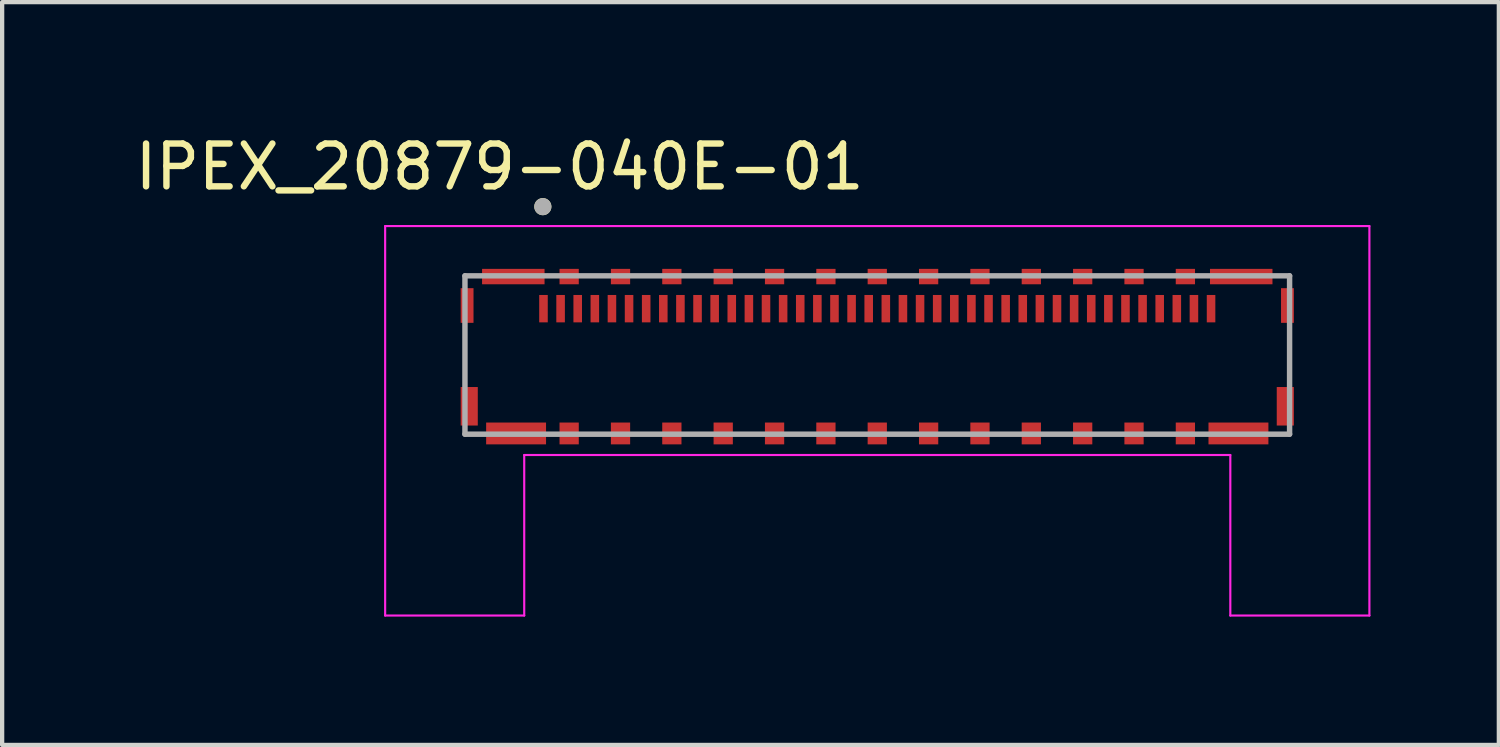
<source format=kicad_pcb>
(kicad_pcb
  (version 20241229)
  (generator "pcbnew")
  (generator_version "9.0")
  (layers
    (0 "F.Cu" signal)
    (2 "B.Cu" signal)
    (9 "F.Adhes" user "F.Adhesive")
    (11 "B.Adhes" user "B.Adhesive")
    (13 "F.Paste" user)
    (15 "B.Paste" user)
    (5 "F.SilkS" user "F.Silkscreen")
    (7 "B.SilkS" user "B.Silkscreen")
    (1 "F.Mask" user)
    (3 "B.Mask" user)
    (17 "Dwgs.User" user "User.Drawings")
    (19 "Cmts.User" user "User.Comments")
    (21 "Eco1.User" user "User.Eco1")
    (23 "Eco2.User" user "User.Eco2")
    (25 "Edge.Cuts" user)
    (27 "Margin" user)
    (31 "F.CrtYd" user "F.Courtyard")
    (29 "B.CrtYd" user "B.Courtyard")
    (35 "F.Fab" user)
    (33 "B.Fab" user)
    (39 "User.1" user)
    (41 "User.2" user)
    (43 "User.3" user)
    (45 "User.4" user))
  (footprint "IPEX_20879-040E-01"
    (layer "F.Cu")
    (at 17.45 5.246)
    (property "Reference" "IPEX_20879-040E-01" (at -8.825 -4.397 0) (layer "F.SilkS") (effects (font (size 1 1) (thickness 0.15))))
    (attr smd)
    (fp_circle (center -7.815 -3.467) (end -7.715 -3.467) (stroke (width 0.2) (type solid)) (fill no) (layer "F.SilkS"))
    (fp_line (start -11.5 -3.013) (end 11.5 -3.013) (stroke (width 0.05) (type solid)) (layer "F.CrtYd"))
    (fp_line (start -11.5 6.088) (end -11.5 -3.013) (stroke (width 0.05) (type solid)) (layer "F.CrtYd"))
    (fp_line (start -8.25 2.337) (end -8.25 6.088) (stroke (width 0.05) (type solid)) (layer "F.CrtYd"))
    (fp_line (start -8.25 6.088) (end -11.5 6.088) (stroke (width 0.05) (type solid)) (layer "F.CrtYd"))
    (fp_line (start 8.25 2.337) (end -8.25 2.337) (stroke (width 0.05) (type solid)) (layer "F.CrtYd"))
    (fp_line (start 8.25 6.088) (end 8.25 2.337) (stroke (width 0.05) (type solid)) (layer "F.CrtYd"))
    (fp_line (start 11.5 -3.013) (end 11.5 6.088) (stroke (width 0.05) (type solid)) (layer "F.CrtYd"))
    (fp_line (start 11.5 6.088) (end 8.25 6.088) (stroke (width 0.05) (type solid)) (layer "F.CrtYd"))
    (fp_line (start -9.635 -1.85) (end 9.635 -1.85) (stroke (width 0.127) (type solid)) (layer "F.Fab"))
    (fp_line (start -9.635 1.85) (end -9.635 -1.85) (stroke (width 0.127) (type solid)) (layer "F.Fab"))
    (fp_line (start 9.635 -1.85) (end 9.635 1.85) (stroke (width 0.127) (type solid)) (layer "F.Fab"))
    (fp_line (start 9.635 1.85) (end -9.635 1.85) (stroke (width 0.127) (type solid)) (layer "F.Fab"))
    (fp_circle (center -7.815 -3.467) (end -7.715 -3.467) (stroke (width 0.2) (type solid)) (fill no) (layer "F.Fab"))
    (pad "1" smd rect (at -7.8 -1.083) (size 0.2 0.64) (layers "F.Cu" "F.Mask" "F.Paste"))
    (pad "2" smd rect (at -7.4 -1.083) (size 0.2 0.64) (layers "F.Cu" "F.Mask" "F.Paste"))
    (pad "3" smd rect (at -7 -1.083) (size 0.2 0.64) (layers "F.Cu" "F.Mask" "F.Paste"))
    (pad "4" smd rect (at -6.6 -1.083) (size 0.2 0.64) (layers "F.Cu" "F.Mask" "F.Paste"))
    (pad "5" smd rect (at -6.2 -1.083) (size 0.2 0.64) (layers "F.Cu" "F.Mask" "F.Paste"))
    (pad "6" smd rect (at -5.8 -1.083) (size 0.2 0.64) (layers "F.Cu" "F.Mask" "F.Paste"))
    (pad "7" smd rect (at -5.4 -1.083) (size 0.2 0.64) (layers "F.Cu" "F.Mask" "F.Paste"))
    (pad "8" smd rect (at -5 -1.083) (size 0.2 0.64) (layers "F.Cu" "F.Mask" "F.Paste"))
    (pad "9" smd rect (at -4.6 -1.083) (size 0.2 0.64) (layers "F.Cu" "F.Mask" "F.Paste"))
    (pad "10" smd rect (at -4.2 -1.083) (size 0.2 0.64) (layers "F.Cu" "F.Mask" "F.Paste"))
    (pad "11" smd rect (at -3.8 -1.083) (size 0.2 0.64) (layers "F.Cu" "F.Mask" "F.Paste"))
    (pad "12" smd rect (at -3.4 -1.083) (size 0.2 0.64) (layers "F.Cu" "F.Mask" "F.Paste"))
    (pad "13" smd rect (at -3 -1.083) (size 0.2 0.64) (layers "F.Cu" "F.Mask" "F.Paste"))
    (pad "14" smd rect (at -2.6 -1.083) (size 0.2 0.64) (layers "F.Cu" "F.Mask" "F.Paste"))
    (pad "15" smd rect (at -2.2 -1.083) (size 0.2 0.64) (layers "F.Cu" "F.Mask" "F.Paste"))
    (pad "16" smd rect (at -1.8 -1.083) (size 0.2 0.64) (layers "F.Cu" "F.Mask" "F.Paste"))
    (pad "17" smd rect (at -1.4 -1.083) (size 0.2 0.64) (layers "F.Cu" "F.Mask" "F.Paste"))
    (pad "18" smd rect (at -1 -1.083) (size 0.2 0.64) (layers "F.Cu" "F.Mask" "F.Paste"))
    (pad "19" smd rect (at -0.6 -1.083) (size 0.2 0.64) (layers "F.Cu" "F.Mask" "F.Paste"))
    (pad "20" smd rect (at -0.2 -1.083) (size 0.2 0.64) (layers "F.Cu" "F.Mask" "F.Paste"))
    (pad "21" smd rect (at 0.2 -1.083) (size 0.2 0.64) (layers "F.Cu" "F.Mask" "F.Paste"))
    (pad "22" smd rect (at 0.6 -1.083) (size 0.2 0.64) (layers "F.Cu" "F.Mask" "F.Paste"))
    (pad "23" smd rect (at 1 -1.083) (size 0.2 0.64) (layers "F.Cu" "F.Mask" "F.Paste"))
    (pad "24" smd rect (at 1.4 -1.083) (size 0.2 0.64) (layers "F.Cu" "F.Mask" "F.Paste"))
    (pad "25" smd rect (at 1.8 -1.083) (size 0.2 0.64) (layers "F.Cu" "F.Mask" "F.Paste"))
    (pad "26" smd rect (at 2.2 -1.083) (size 0.2 0.64) (layers "F.Cu" "F.Mask" "F.Paste"))
    (pad "27" smd rect (at 2.6 -1.083) (size 0.2 0.64) (layers "F.Cu" "F.Mask" "F.Paste"))
    (pad "28" smd rect (at 3 -1.083) (size 0.2 0.64) (layers "F.Cu" "F.Mask" "F.Paste"))
    (pad "29" smd rect (at 3.4 -1.083) (size 0.2 0.64) (layers "F.Cu" "F.Mask" "F.Paste"))
    (pad "30" smd rect (at 3.8 -1.083) (size 0.2 0.64) (layers "F.Cu" "F.Mask" "F.Paste"))
    (pad "31" smd rect (at 4.2 -1.083) (size 0.2 0.64) (layers "F.Cu" "F.Mask" "F.Paste"))
    (pad "32" smd rect (at 4.6 -1.083) (size 0.2 0.64) (layers "F.Cu" "F.Mask" "F.Paste"))
    (pad "33" smd rect (at 5 -1.083) (size 0.2 0.64) (layers "F.Cu" "F.Mask" "F.Paste"))
    (pad "34" smd rect (at 5.4 -1.083) (size 0.2 0.64) (layers "F.Cu" "F.Mask" "F.Paste"))
    (pad "35" smd rect (at 5.8 -1.083) (size 0.2 0.64) (layers "F.Cu" "F.Mask" "F.Paste"))
    (pad "36" smd rect (at 6.2 -1.083) (size 0.2 0.64) (layers "F.Cu" "F.Mask" "F.Paste"))
    (pad "37" smd rect (at 6.6 -1.083) (size 0.2 0.64) (layers "F.Cu" "F.Mask" "F.Paste"))
    (pad "38" smd rect (at 7 -1.083) (size 0.2 0.64) (layers "F.Cu" "F.Mask" "F.Paste"))
    (pad "39" smd rect (at 7.4 -1.083) (size 0.2 0.64) (layers "F.Cu" "F.Mask" "F.Paste"))
    (pad "40" smd rect (at 7.8 -1.083) (size 0.2 0.64) (layers "F.Cu" "F.Mask" "F.Paste"))
    (pad "S1" smd rect (at -8.505 -1.833) (size 1.46 0.36) (layers "F.Cu" "F.Mask" "F.Paste"))
    (pad "S2" smd rect (at -7.2 -1.833) (size 0.45 0.36) (layers "F.Cu" "F.Mask" "F.Paste"))
    (pad "S3" smd rect (at -6 -1.833) (size 0.45 0.36) (layers "F.Cu" "F.Mask" "F.Paste"))
    (pad "S4" smd rect (at -4.8 -1.833) (size 0.45 0.36) (layers "F.Cu" "F.Mask" "F.Paste"))
    (pad "S5" smd rect (at -3.6 -1.833) (size 0.45 0.36) (layers "F.Cu" "F.Mask" "F.Paste"))
    (pad "S6" smd rect (at -2.4 -1.833) (size 0.45 0.36) (layers "F.Cu" "F.Mask" "F.Paste"))
    (pad "S7" smd rect (at -1.2 -1.833) (size 0.45 0.36) (layers "F.Cu" "F.Mask" "F.Paste"))
    (pad "S8" smd rect (at 0 -1.833) (size 0.45 0.36) (layers "F.Cu" "F.Mask" "F.Paste"))
    (pad "S9" smd rect (at 1.2 -1.833) (size 0.45 0.36) (layers "F.Cu" "F.Mask" "F.Paste"))
    (pad "S10" smd rect (at 2.4 -1.833) (size 0.45 0.36) (layers "F.Cu" "F.Mask" "F.Paste"))
    (pad "S11" smd rect (at 3.6 -1.833) (size 0.45 0.36) (layers "F.Cu" "F.Mask" "F.Paste"))
    (pad "S12" smd rect (at 4.8 -1.833) (size 0.45 0.36) (layers "F.Cu" "F.Mask" "F.Paste"))
    (pad "S13" smd rect (at 6 -1.833) (size 0.45 0.36) (layers "F.Cu" "F.Mask" "F.Paste"))
    (pad "S14" smd rect (at 7.2 -1.833) (size 0.45 0.36) (layers "F.Cu" "F.Mask" "F.Paste"))
    (pad "S15" smd rect (at 8.505 -1.833) (size 1.46 0.36) (layers "F.Cu" "F.Mask" "F.Paste"))
    (pad "S16" smd rect (at 9.585 -1.157) (size 0.3 0.81) (layers "F.Cu" "F.Mask" "F.Paste"))
    (pad "S17" smd rect (at 9.535 1.198) (size 0.4 0.9) (layers "F.Cu" "F.Mask" "F.Paste"))
    (pad "S18" smd rect (at 8.44 1.833) (size 1.4 0.51) (layers "F.Cu" "F.Mask" "F.Paste"))
    (pad "S19" smd rect (at 7.2 1.833) (size 0.45 0.51) (layers "F.Cu" "F.Mask" "F.Paste"))
    (pad "S20" smd rect (at 6 1.833) (size 0.45 0.51) (layers "F.Cu" "F.Mask" "F.Paste"))
    (pad "S21" smd rect (at 4.8 1.833) (size 0.45 0.51) (layers "F.Cu" "F.Mask" "F.Paste"))
    (pad "S22" smd rect (at 3.6 1.833) (size 0.45 0.51) (layers "F.Cu" "F.Mask" "F.Paste"))
    (pad "S23" smd rect (at 2.4 1.833) (size 0.45 0.51) (layers "F.Cu" "F.Mask" "F.Paste"))
    (pad "S24" smd rect (at 1.2 1.833) (size 0.45 0.51) (layers "F.Cu" "F.Mask" "F.Paste"))
    (pad "S25" smd rect (at 0 1.833) (size 0.45 0.51) (layers "F.Cu" "F.Mask" "F.Paste"))
    (pad "S26" smd rect (at -1.2 1.833) (size 0.45 0.51) (layers "F.Cu" "F.Mask" "F.Paste"))
    (pad "S27" smd rect (at -2.4 1.833) (size 0.45 0.51) (layers "F.Cu" "F.Mask" "F.Paste"))
    (pad "S28" smd rect (at -3.6 1.833) (size 0.45 0.51) (layers "F.Cu" "F.Mask" "F.Paste"))
    (pad "S29" smd rect (at -4.8 1.833) (size 0.45 0.51) (layers "F.Cu" "F.Mask" "F.Paste"))
    (pad "S30" smd rect (at -6 1.833) (size 0.45 0.51) (layers "F.Cu" "F.Mask" "F.Paste"))
    (pad "S31" smd rect (at -7.2 1.833) (size 0.45 0.51) (layers "F.Cu" "F.Mask" "F.Paste"))
    (pad "S32" smd rect (at -8.44 1.833) (size 1.4 0.51) (layers "F.Cu" "F.Mask" "F.Paste"))
    (pad "S33" smd rect (at -9.535 1.198) (size 0.4 0.9) (layers "F.Cu" "F.Mask" "F.Paste"))
    (pad "S34" smd rect (at -9.585 -1.157) (size 0.3 0.81) (layers "F.Cu" "F.Mask" "F.Paste"))
    (zone (net_name "") (layer "F.Cu") (hatch full 0.508) (connect_pads) (min_thickness 0.01) (filled_areas_thickness no) (keepout (tracks not_allowed) (vias not_allowed) (pads not_allowed) (copperpour not_allowed) (footprints allowed)) (placement (enabled no)) (fill) (polygon (pts (xy 9.45 4.483) (xy 25.45 4.483) (xy 25.45 5.683) (xy 9.45 5.683))))
    (zone (net_name "") (layers "F.Cu" "B.Cu") (hatch full 0.508) (connect_pads) (min_thickness 0.01) (filled_areas_thickness no) (keepout (tracks allowed) (vias not_allowed) (pads allowed) (copperpour allowed) (footprints allowed)) (placement (enabled no)) (fill) (polygon (pts (xy 9.45 4.483) (xy 25.45 4.483) (xy 25.45 5.683) (xy 9.45 5.683)))))
  (gr_rect
    (start -3 -3)
    (end 31.975 14.358)
    (stroke (width 0.1) (type default))
    (fill no)
    (layer "Edge.Cuts")))
</source>
